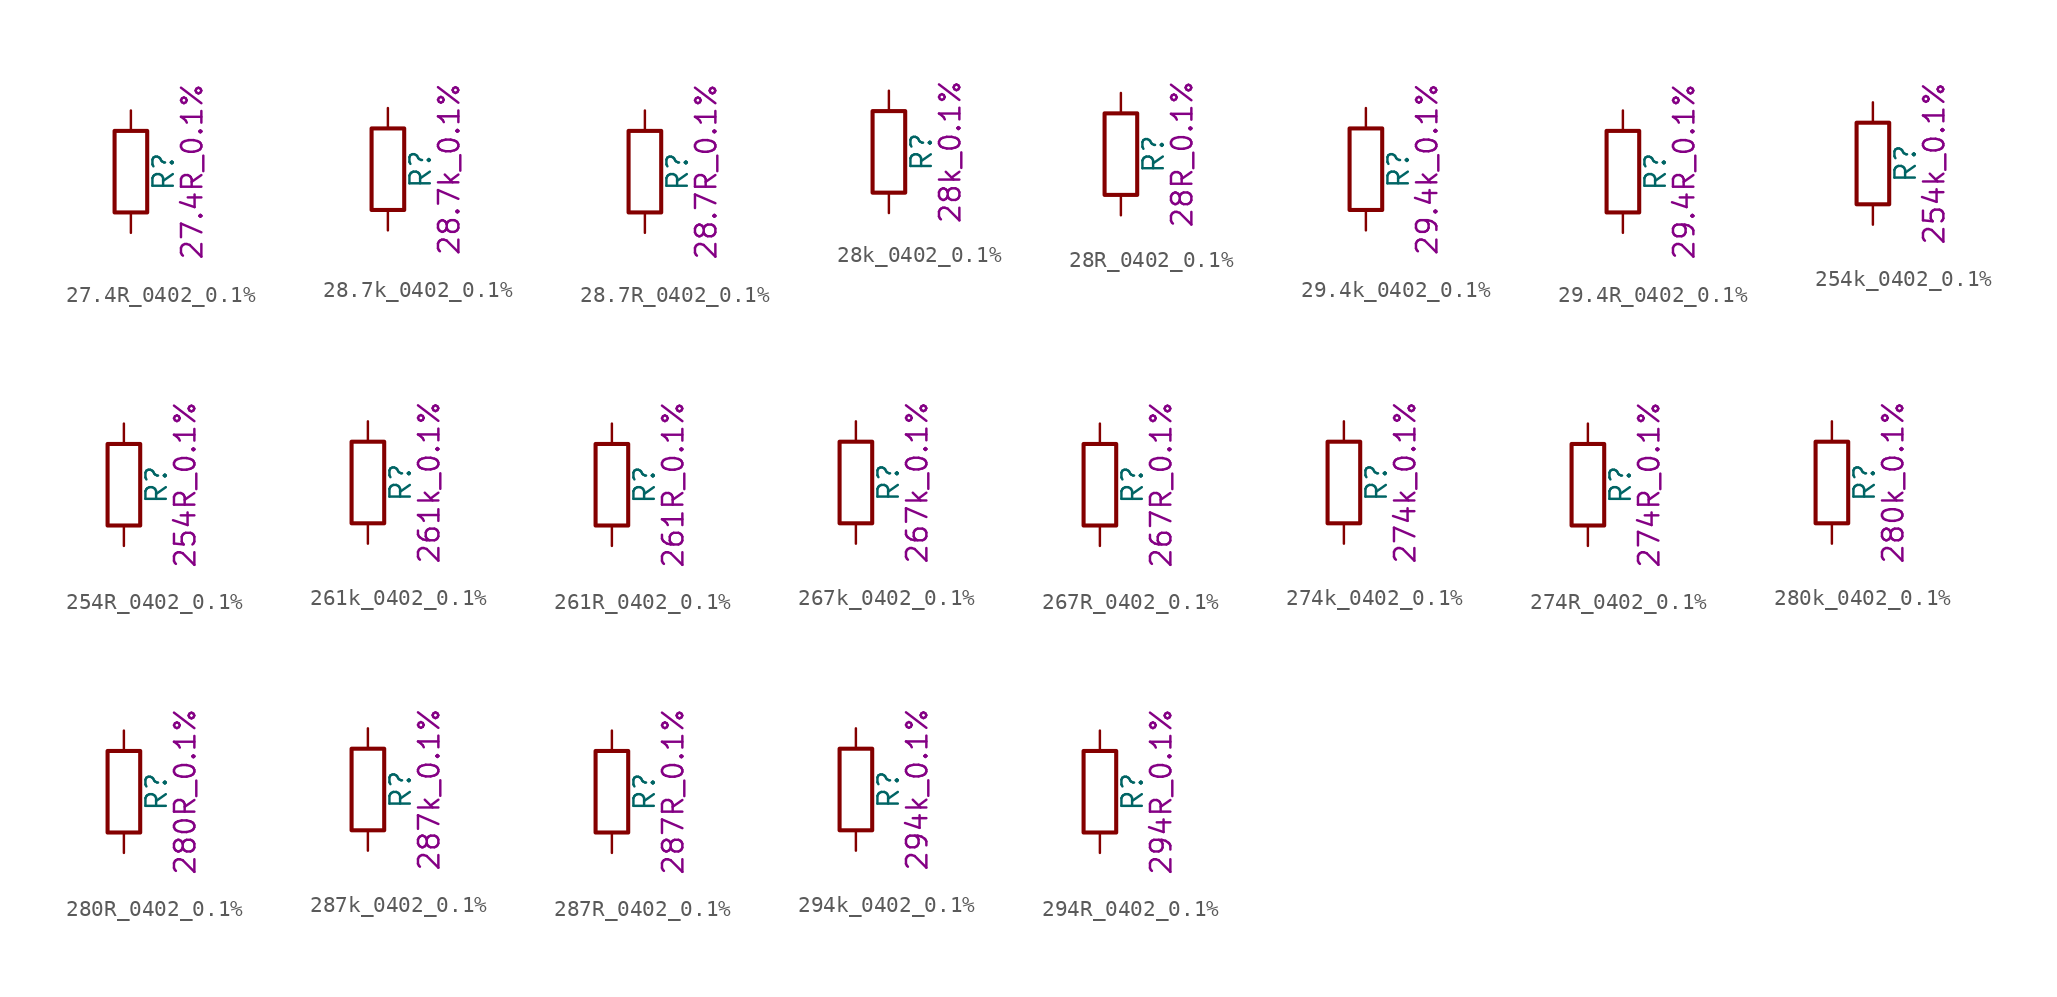
<source format=kicad_sym>
(kicad_symbol_lib
  (version 20211014)
  (generator kicad_symbol_editor)
  (symbol "27.4R_0402_0.1%"
    (pin_numbers hide)
    (pin_names
      (offset 0))
    (property "Reference" "R"
      (at 2.032 0 90)
      (effects (font (size 1.27 1.27))))
    (property "Display" "27.4R_0.1%"
      (at 3.81 0 90)
      (effects (font (size 1.27 1.27))))
    (symbol "27.4R_0402_0.1%_0_1"
      (rectangle (start -1.016 -2.54) (end 1.016 2.54) (stroke (width 0.254) (type default) (color 0 0 0 0)) (fill (type none))))
    (symbol "27.4R_0402_0.1%_1_1"
      (pin passive line (at 0 3.81 270) (length 1.27) (name "~" (effects (font (size 1.27 1.27)))) (number "1" (effects (font (size 1.27 1.27)))))
      (pin passive line (at 0 -3.81 90) (length 1.27) (name "~" (effects (font (size 1.27 1.27)))) (number "2" (effects (font (size 1.27 1.27)))))))
  (symbol "28.7k_0402_0.1%"
    (pin_numbers hide)
    (pin_names
      (offset 0))
    (property "Reference" "R"
      (at 2.032 0 90)
      (effects (font (size 1.27 1.27))))
    (property "Display" "28.7k_0.1%"
      (at 3.81 0 90)
      (effects (font (size 1.27 1.27))))
    (symbol "28.7k_0402_0.1%_0_1"
      (rectangle (start -1.016 -2.54) (end 1.016 2.54) (stroke (width 0.254) (type default) (color 0 0 0 0)) (fill (type none))))
    (symbol "28.7k_0402_0.1%_1_1"
      (pin passive line (at 0 3.81 270) (length 1.27) (name "~" (effects (font (size 1.27 1.27)))) (number "1" (effects (font (size 1.27 1.27)))))
      (pin passive line (at 0 -3.81 90) (length 1.27) (name "~" (effects (font (size 1.27 1.27)))) (number "2" (effects (font (size 1.27 1.27)))))))
  (symbol "28.7R_0402_0.1%"
    (pin_numbers hide)
    (pin_names
      (offset 0))
    (property "Reference" "R"
      (at 2.032 0 90)
      (effects (font (size 1.27 1.27))))
    (property "Display" "28.7R_0.1%"
      (at 3.81 0 90)
      (effects (font (size 1.27 1.27))))
    (symbol "28.7R_0402_0.1%_0_1"
      (rectangle (start -1.016 -2.54) (end 1.016 2.54) (stroke (width 0.254) (type default) (color 0 0 0 0)) (fill (type none))))
    (symbol "28.7R_0402_0.1%_1_1"
      (pin passive line (at 0 3.81 270) (length 1.27) (name "~" (effects (font (size 1.27 1.27)))) (number "1" (effects (font (size 1.27 1.27)))))
      (pin passive line (at 0 -3.81 90) (length 1.27) (name "~" (effects (font (size 1.27 1.27)))) (number "2" (effects (font (size 1.27 1.27)))))))
  (symbol "28k_0402_0.1%"
    (pin_numbers hide)
    (pin_names
      (offset 0))
    (property "Reference" "R"
      (at 2.032 0 90)
      (effects (font (size 1.27 1.27))))
    (property "Display" "28k_0.1%"
      (at 3.81 0 90)
      (effects (font (size 1.27 1.27))))
    (symbol "28k_0402_0.1%_0_1"
      (rectangle (start -1.016 -2.54) (end 1.016 2.54) (stroke (width 0.254) (type default) (color 0 0 0 0)) (fill (type none))))
    (symbol "28k_0402_0.1%_1_1"
      (pin passive line (at 0 3.81 270) (length 1.27) (name "~" (effects (font (size 1.27 1.27)))) (number "1" (effects (font (size 1.27 1.27)))))
      (pin passive line (at 0 -3.81 90) (length 1.27) (name "~" (effects (font (size 1.27 1.27)))) (number "2" (effects (font (size 1.27 1.27)))))))
  (symbol "28R_0402_0.1%"
    (pin_numbers hide)
    (pin_names
      (offset 0))
    (property "Reference" "R"
      (at 2.032 0 90)
      (effects (font (size 1.27 1.27))))
    (property "Display" "28R_0.1%"
      (at 3.81 0 90)
      (effects (font (size 1.27 1.27))))
    (symbol "28R_0402_0.1%_0_1"
      (rectangle (start -1.016 -2.54) (end 1.016 2.54) (stroke (width 0.254) (type default) (color 0 0 0 0)) (fill (type none))))
    (symbol "28R_0402_0.1%_1_1"
      (pin passive line (at 0 3.81 270) (length 1.27) (name "~" (effects (font (size 1.27 1.27)))) (number "1" (effects (font (size 1.27 1.27)))))
      (pin passive line (at 0 -3.81 90) (length 1.27) (name "~" (effects (font (size 1.27 1.27)))) (number "2" (effects (font (size 1.27 1.27)))))))
  (symbol "29.4k_0402_0.1%"
    (pin_numbers hide)
    (pin_names
      (offset 0))
    (property "Reference" "R"
      (at 2.032 0 90)
      (effects (font (size 1.27 1.27))))
    (property "Display" "29.4k_0.1%"
      (at 3.81 0 90)
      (effects (font (size 1.27 1.27))))
    (symbol "29.4k_0402_0.1%_0_1"
      (rectangle (start -1.016 -2.54) (end 1.016 2.54) (stroke (width 0.254) (type default) (color 0 0 0 0)) (fill (type none))))
    (symbol "29.4k_0402_0.1%_1_1"
      (pin passive line (at 0 3.81 270) (length 1.27) (name "~" (effects (font (size 1.27 1.27)))) (number "1" (effects (font (size 1.27 1.27)))))
      (pin passive line (at 0 -3.81 90) (length 1.27) (name "~" (effects (font (size 1.27 1.27)))) (number "2" (effects (font (size 1.27 1.27)))))))
  (symbol "29.4R_0402_0.1%"
    (pin_numbers hide)
    (pin_names
      (offset 0))
    (property "Reference" "R"
      (at 2.032 0 90)
      (effects (font (size 1.27 1.27))))
    (property "Display" "29.4R_0.1%"
      (at 3.81 0 90)
      (effects (font (size 1.27 1.27))))
    (symbol "29.4R_0402_0.1%_0_1"
      (rectangle (start -1.016 -2.54) (end 1.016 2.54) (stroke (width 0.254) (type default) (color 0 0 0 0)) (fill (type none))))
    (symbol "29.4R_0402_0.1%_1_1"
      (pin passive line (at 0 3.81 270) (length 1.27) (name "~" (effects (font (size 1.27 1.27)))) (number "1" (effects (font (size 1.27 1.27)))))
      (pin passive line (at 0 -3.81 90) (length 1.27) (name "~" (effects (font (size 1.27 1.27)))) (number "2" (effects (font (size 1.27 1.27)))))))
  (symbol "254k_0402_0.1%"
    (pin_numbers hide)
    (pin_names
      (offset 0))
    (property "Reference" "R"
      (at 2.032 0 90)
      (effects (font (size 1.27 1.27))))
    (property "Display" "254k_0.1%"
      (at 3.81 0 90)
      (effects (font (size 1.27 1.27))))
    (symbol "254k_0402_0.1%_0_1"
      (rectangle (start -1.016 -2.54) (end 1.016 2.54) (stroke (width 0.254) (type default) (color 0 0 0 0)) (fill (type none))))
    (symbol "254k_0402_0.1%_1_1"
      (pin passive line (at 0 3.81 270) (length 1.27) (name "~" (effects (font (size 1.27 1.27)))) (number "1" (effects (font (size 1.27 1.27)))))
      (pin passive line (at 0 -3.81 90) (length 1.27) (name "~" (effects (font (size 1.27 1.27)))) (number "2" (effects (font (size 1.27 1.27)))))))
  (symbol "254R_0402_0.1%"
    (pin_numbers hide)
    (pin_names
      (offset 0))
    (property "Reference" "R"
      (at 2.032 0 90)
      (effects (font (size 1.27 1.27))))
    (property "Display" "254R_0.1%"
      (at 3.81 0 90)
      (effects (font (size 1.27 1.27))))
    (symbol "254R_0402_0.1%_0_1"
      (rectangle (start -1.016 -2.54) (end 1.016 2.54) (stroke (width 0.254) (type default) (color 0 0 0 0)) (fill (type none))))
    (symbol "254R_0402_0.1%_1_1"
      (pin passive line (at 0 3.81 270) (length 1.27) (name "~" (effects (font (size 1.27 1.27)))) (number "1" (effects (font (size 1.27 1.27)))))
      (pin passive line (at 0 -3.81 90) (length 1.27) (name "~" (effects (font (size 1.27 1.27)))) (number "2" (effects (font (size 1.27 1.27)))))))
  (symbol "261k_0402_0.1%"
    (pin_numbers hide)
    (pin_names
      (offset 0))
    (property "Reference" "R"
      (at 2.032 0 90)
      (effects (font (size 1.27 1.27))))
    (property "Display" "261k_0.1%"
      (at 3.81 0 90)
      (effects (font (size 1.27 1.27))))
    (symbol "261k_0402_0.1%_0_1"
      (rectangle (start -1.016 -2.54) (end 1.016 2.54) (stroke (width 0.254) (type default) (color 0 0 0 0)) (fill (type none))))
    (symbol "261k_0402_0.1%_1_1"
      (pin passive line (at 0 3.81 270) (length 1.27) (name "~" (effects (font (size 1.27 1.27)))) (number "1" (effects (font (size 1.27 1.27)))))
      (pin passive line (at 0 -3.81 90) (length 1.27) (name "~" (effects (font (size 1.27 1.27)))) (number "2" (effects (font (size 1.27 1.27)))))))
  (symbol "261R_0402_0.1%"
    (pin_numbers hide)
    (pin_names
      (offset 0))
    (property "Reference" "R"
      (at 2.032 0 90)
      (effects (font (size 1.27 1.27))))
    (property "Display" "261R_0.1%"
      (at 3.81 0 90)
      (effects (font (size 1.27 1.27))))
    (symbol "261R_0402_0.1%_0_1"
      (rectangle (start -1.016 -2.54) (end 1.016 2.54) (stroke (width 0.254) (type default) (color 0 0 0 0)) (fill (type none))))
    (symbol "261R_0402_0.1%_1_1"
      (pin passive line (at 0 3.81 270) (length 1.27) (name "~" (effects (font (size 1.27 1.27)))) (number "1" (effects (font (size 1.27 1.27)))))
      (pin passive line (at 0 -3.81 90) (length 1.27) (name "~" (effects (font (size 1.27 1.27)))) (number "2" (effects (font (size 1.27 1.27)))))))
  (symbol "267k_0402_0.1%"
    (pin_numbers hide)
    (pin_names
      (offset 0))
    (property "Reference" "R"
      (at 2.032 0 90)
      (effects (font (size 1.27 1.27))))
    (property "Display" "267k_0.1%"
      (at 3.81 0 90)
      (effects (font (size 1.27 1.27))))
    (symbol "267k_0402_0.1%_0_1"
      (rectangle (start -1.016 -2.54) (end 1.016 2.54) (stroke (width 0.254) (type default) (color 0 0 0 0)) (fill (type none))))
    (symbol "267k_0402_0.1%_1_1"
      (pin passive line (at 0 3.81 270) (length 1.27) (name "~" (effects (font (size 1.27 1.27)))) (number "1" (effects (font (size 1.27 1.27)))))
      (pin passive line (at 0 -3.81 90) (length 1.27) (name "~" (effects (font (size 1.27 1.27)))) (number "2" (effects (font (size 1.27 1.27)))))))
  (symbol "267R_0402_0.1%"
    (pin_numbers hide)
    (pin_names
      (offset 0))
    (property "Reference" "R"
      (at 2.032 0 90)
      (effects (font (size 1.27 1.27))))
    (property "Display" "267R_0.1%"
      (at 3.81 0 90)
      (effects (font (size 1.27 1.27))))
    (symbol "267R_0402_0.1%_0_1"
      (rectangle (start -1.016 -2.54) (end 1.016 2.54) (stroke (width 0.254) (type default) (color 0 0 0 0)) (fill (type none))))
    (symbol "267R_0402_0.1%_1_1"
      (pin passive line (at 0 3.81 270) (length 1.27) (name "~" (effects (font (size 1.27 1.27)))) (number "1" (effects (font (size 1.27 1.27)))))
      (pin passive line (at 0 -3.81 90) (length 1.27) (name "~" (effects (font (size 1.27 1.27)))) (number "2" (effects (font (size 1.27 1.27)))))))
  (symbol "274k_0402_0.1%"
    (pin_numbers hide)
    (pin_names
      (offset 0))
    (property "Reference" "R"
      (at 2.032 0 90)
      (effects (font (size 1.27 1.27))))
    (property "Display" "274k_0.1%"
      (at 3.81 0 90)
      (effects (font (size 1.27 1.27))))
    (symbol "274k_0402_0.1%_0_1"
      (rectangle (start -1.016 -2.54) (end 1.016 2.54) (stroke (width 0.254) (type default) (color 0 0 0 0)) (fill (type none))))
    (symbol "274k_0402_0.1%_1_1"
      (pin passive line (at 0 3.81 270) (length 1.27) (name "~" (effects (font (size 1.27 1.27)))) (number "1" (effects (font (size 1.27 1.27)))))
      (pin passive line (at 0 -3.81 90) (length 1.27) (name "~" (effects (font (size 1.27 1.27)))) (number "2" (effects (font (size 1.27 1.27)))))))
  (symbol "274R_0402_0.1%"
    (pin_numbers hide)
    (pin_names
      (offset 0))
    (property "Reference" "R"
      (at 2.032 0 90)
      (effects (font (size 1.27 1.27))))
    (property "Display" "274R_0.1%"
      (at 3.81 0 90)
      (effects (font (size 1.27 1.27))))
    (symbol "274R_0402_0.1%_0_1"
      (rectangle (start -1.016 -2.54) (end 1.016 2.54) (stroke (width 0.254) (type default) (color 0 0 0 0)) (fill (type none))))
    (symbol "274R_0402_0.1%_1_1"
      (pin passive line (at 0 3.81 270) (length 1.27) (name "~" (effects (font (size 1.27 1.27)))) (number "1" (effects (font (size 1.27 1.27)))))
      (pin passive line (at 0 -3.81 90) (length 1.27) (name "~" (effects (font (size 1.27 1.27)))) (number "2" (effects (font (size 1.27 1.27)))))))
  (symbol "280k_0402_0.1%"
    (pin_numbers hide)
    (pin_names
      (offset 0))
    (property "Reference" "R"
      (at 2.032 0 90)
      (effects (font (size 1.27 1.27))))
    (property "Display" "280k_0.1%"
      (at 3.81 0 90)
      (effects (font (size 1.27 1.27))))
    (symbol "280k_0402_0.1%_0_1"
      (rectangle (start -1.016 -2.54) (end 1.016 2.54) (stroke (width 0.254) (type default) (color 0 0 0 0)) (fill (type none))))
    (symbol "280k_0402_0.1%_1_1"
      (pin passive line (at 0 3.81 270) (length 1.27) (name "~" (effects (font (size 1.27 1.27)))) (number "1" (effects (font (size 1.27 1.27)))))
      (pin passive line (at 0 -3.81 90) (length 1.27) (name "~" (effects (font (size 1.27 1.27)))) (number "2" (effects (font (size 1.27 1.27)))))))
  (symbol "280R_0402_0.1%"
    (pin_numbers hide)
    (pin_names
      (offset 0))
    (property "Reference" "R"
      (at 2.032 0 90)
      (effects (font (size 1.27 1.27))))
    (property "Display" "280R_0.1%"
      (at 3.81 0 90)
      (effects (font (size 1.27 1.27))))
    (symbol "280R_0402_0.1%_0_1"
      (rectangle (start -1.016 -2.54) (end 1.016 2.54) (stroke (width 0.254) (type default) (color 0 0 0 0)) (fill (type none))))
    (symbol "280R_0402_0.1%_1_1"
      (pin passive line (at 0 3.81 270) (length 1.27) (name "~" (effects (font (size 1.27 1.27)))) (number "1" (effects (font (size 1.27 1.27)))))
      (pin passive line (at 0 -3.81 90) (length 1.27) (name "~" (effects (font (size 1.27 1.27)))) (number "2" (effects (font (size 1.27 1.27)))))))
  (symbol "287k_0402_0.1%"
    (pin_numbers hide)
    (pin_names
      (offset 0))
    (property "Reference" "R"
      (at 2.032 0 90)
      (effects (font (size 1.27 1.27))))
    (property "Display" "287k_0.1%"
      (at 3.81 0 90)
      (effects (font (size 1.27 1.27))))
    (symbol "287k_0402_0.1%_0_1"
      (rectangle (start -1.016 -2.54) (end 1.016 2.54) (stroke (width 0.254) (type default) (color 0 0 0 0)) (fill (type none))))
    (symbol "287k_0402_0.1%_1_1"
      (pin passive line (at 0 3.81 270) (length 1.27) (name "~" (effects (font (size 1.27 1.27)))) (number "1" (effects (font (size 1.27 1.27)))))
      (pin passive line (at 0 -3.81 90) (length 1.27) (name "~" (effects (font (size 1.27 1.27)))) (number "2" (effects (font (size 1.27 1.27)))))))
  (symbol "287R_0402_0.1%"
    (pin_numbers hide)
    (pin_names
      (offset 0))
    (property "Reference" "R"
      (at 2.032 0 90)
      (effects (font (size 1.27 1.27))))
    (property "Display" "287R_0.1%"
      (at 3.81 0 90)
      (effects (font (size 1.27 1.27))))
    (symbol "287R_0402_0.1%_0_1"
      (rectangle (start -1.016 -2.54) (end 1.016 2.54) (stroke (width 0.254) (type default) (color 0 0 0 0)) (fill (type none))))
    (symbol "287R_0402_0.1%_1_1"
      (pin passive line (at 0 3.81 270) (length 1.27) (name "~" (effects (font (size 1.27 1.27)))) (number "1" (effects (font (size 1.27 1.27)))))
      (pin passive line (at 0 -3.81 90) (length 1.27) (name "~" (effects (font (size 1.27 1.27)))) (number "2" (effects (font (size 1.27 1.27)))))))
  (symbol "294k_0402_0.1%"
    (pin_numbers hide)
    (pin_names
      (offset 0))
    (property "Reference" "R"
      (at 2.032 0 90)
      (effects (font (size 1.27 1.27))))
    (property "Display" "294k_0.1%"
      (at 3.81 0 90)
      (effects (font (size 1.27 1.27))))
    (symbol "294k_0402_0.1%_0_1"
      (rectangle (start -1.016 -2.54) (end 1.016 2.54) (stroke (width 0.254) (type default) (color 0 0 0 0)) (fill (type none))))
    (symbol "294k_0402_0.1%_1_1"
      (pin passive line (at 0 3.81 270) (length 1.27) (name "~" (effects (font (size 1.27 1.27)))) (number "1" (effects (font (size 1.27 1.27)))))
      (pin passive line (at 0 -3.81 90) (length 1.27) (name "~" (effects (font (size 1.27 1.27)))) (number "2" (effects (font (size 1.27 1.27)))))))
  (symbol "294R_0402_0.1%"
    (pin_numbers hide)
    (pin_names
      (offset 0))
    (property "Reference" "R"
      (at 2.032 0 90)
      (effects (font (size 1.27 1.27))))
    (property "Display" "294R_0.1%"
      (at 3.81 0 90)
      (effects (font (size 1.27 1.27))))
    (symbol "294R_0402_0.1%_0_1"
      (rectangle (start -1.016 -2.54) (end 1.016 2.54) (stroke (width 0.254) (type default) (color 0 0 0 0)) (fill (type none))))
    (symbol "294R_0402_0.1%_1_1"
      (pin passive line (at 0 3.81 270) (length 1.27) (name "~" (effects (font (size 1.27 1.27)))) (number "1" (effects (font (size 1.27 1.27)))))
      (pin passive line (at 0 -3.81 90) (length 1.27) (name "~" (effects (font (size 1.27 1.27)))) (number "2" (effects (font (size 1.27 1.27))))))))
</source>
